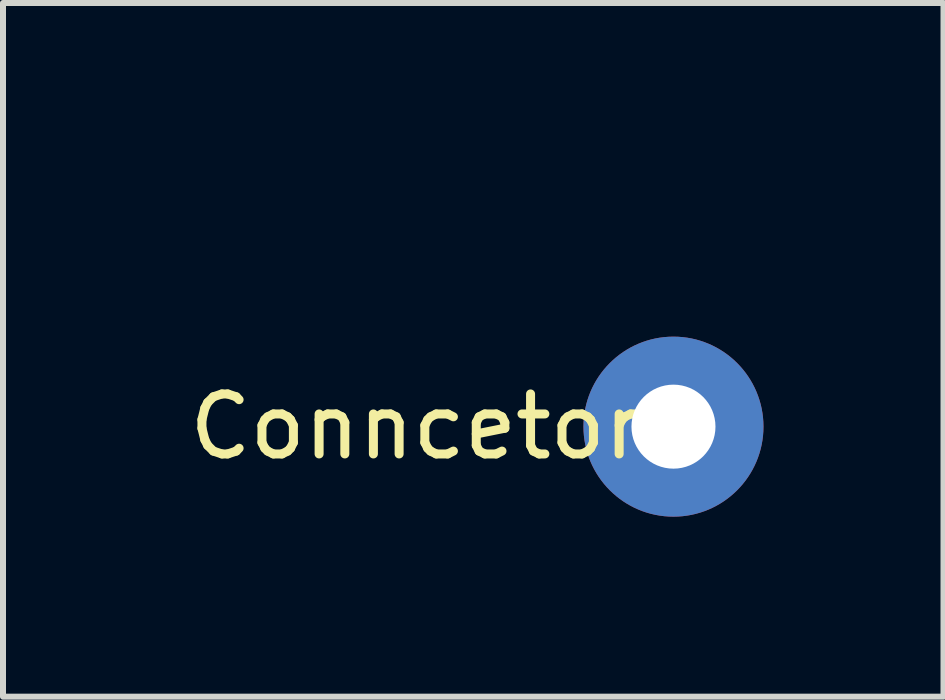
<source format=kicad_pcb>
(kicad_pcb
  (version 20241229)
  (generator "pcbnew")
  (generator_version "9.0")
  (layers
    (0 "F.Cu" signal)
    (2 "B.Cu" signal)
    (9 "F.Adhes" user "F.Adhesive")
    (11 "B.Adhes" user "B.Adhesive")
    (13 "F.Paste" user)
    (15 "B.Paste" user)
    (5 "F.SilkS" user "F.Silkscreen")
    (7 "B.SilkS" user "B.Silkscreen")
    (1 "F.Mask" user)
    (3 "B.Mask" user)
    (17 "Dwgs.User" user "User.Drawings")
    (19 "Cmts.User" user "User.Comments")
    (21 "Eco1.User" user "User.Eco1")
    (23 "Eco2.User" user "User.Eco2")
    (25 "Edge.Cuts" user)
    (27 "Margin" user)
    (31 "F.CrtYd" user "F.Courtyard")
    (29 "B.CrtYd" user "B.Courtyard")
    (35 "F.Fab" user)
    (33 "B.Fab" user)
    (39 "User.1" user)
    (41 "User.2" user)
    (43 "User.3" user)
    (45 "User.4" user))
  (footprint "Conncetor1"
    (layer "F.Cu")
    (at 8.173 0.25)
    (property "Reference" "Conncetor1" (at -3.81 3.81 0) (layer "F.SilkS") (effects (font (size 1 1) (thickness 0.15))))
    (attr through_hole)
    (pad "1" thru_hole circle (at 0 3.81) (size 3 3) (drill 1.4) (layers "*.Cu" "*.Mask")))
  (gr_rect
    (start -3 -3)
    (end 12.673 8.56)
    (stroke (width 0.1) (type default))
    (fill no)
    (layer "Edge.Cuts")))
</source>
